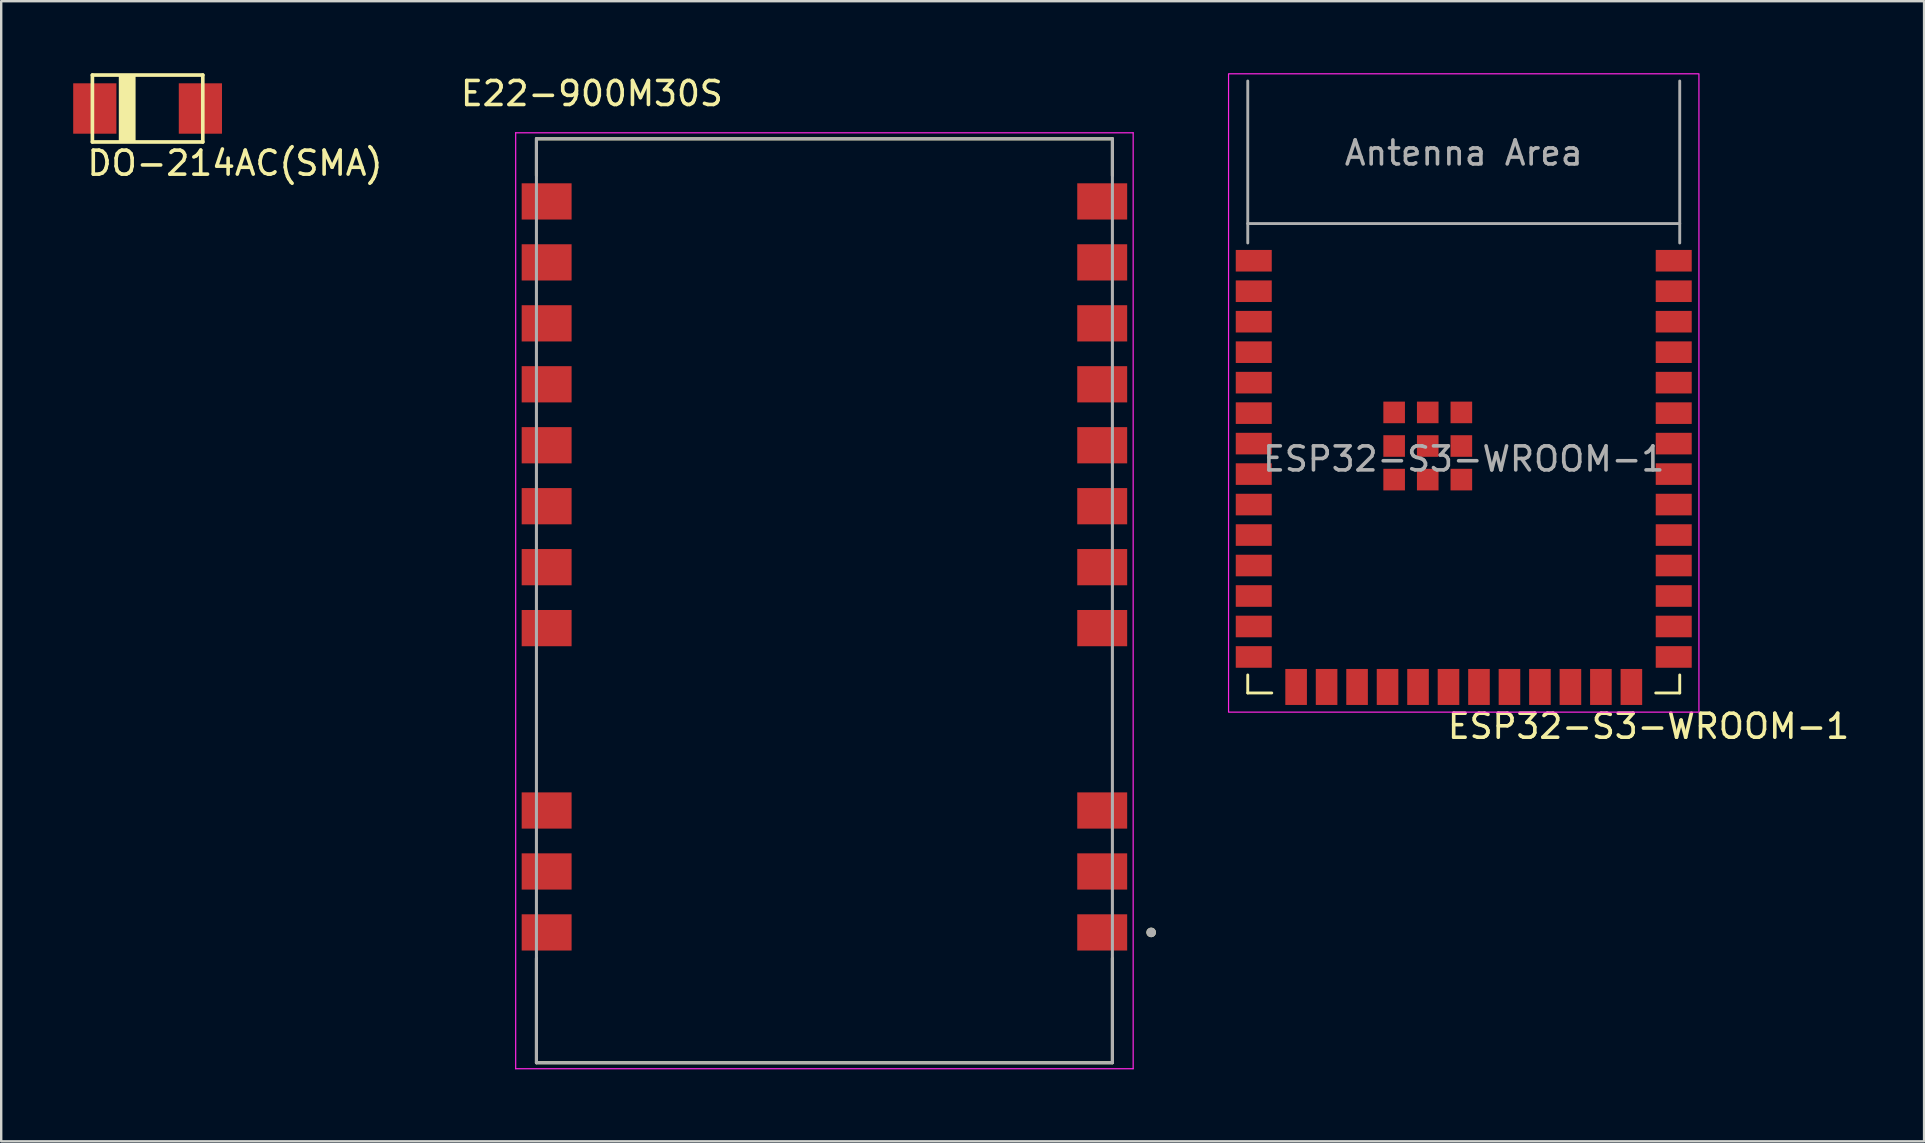
<source format=kicad_pcb>
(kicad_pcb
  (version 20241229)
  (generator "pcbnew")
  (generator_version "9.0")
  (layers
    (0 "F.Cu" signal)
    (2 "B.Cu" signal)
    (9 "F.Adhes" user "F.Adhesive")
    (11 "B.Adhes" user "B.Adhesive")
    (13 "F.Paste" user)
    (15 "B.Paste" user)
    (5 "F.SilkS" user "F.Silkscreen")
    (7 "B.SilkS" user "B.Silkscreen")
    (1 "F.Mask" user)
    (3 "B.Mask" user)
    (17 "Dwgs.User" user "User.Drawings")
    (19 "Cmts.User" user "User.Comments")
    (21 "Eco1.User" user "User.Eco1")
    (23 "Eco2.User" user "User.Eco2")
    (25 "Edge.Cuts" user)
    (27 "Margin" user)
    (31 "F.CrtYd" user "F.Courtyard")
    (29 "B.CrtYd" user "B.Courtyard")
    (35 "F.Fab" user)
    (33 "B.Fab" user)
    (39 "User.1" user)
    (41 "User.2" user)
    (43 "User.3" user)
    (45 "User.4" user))
  (footprint "ESP32-S3-WROOM-1"
    (layer "F.Cu")
    (at 57.943 16.075)
    (property "Reference" "ESP32-S3-WROOM-1" (at 7.7 11.14 0) (layer "F.SilkS") (effects (font (size 1 1) (thickness 0.15))))
    (attr smd)
    (fp_line (start -9 -15.75) (end 9 -15.75) (stroke (width 0.12) (type solid)) (layer "F.Mask"))
    (fp_line (start -9 9) (end -9 9.75) (stroke (width 0.12) (type solid)) (layer "F.SilkS"))
    (fp_line (start -9 9.75) (end -8 9.75) (stroke (width 0.12) (type solid)) (layer "F.SilkS"))
    (fp_line (start 9 9) (end 9 9.75) (stroke (width 0.12) (type solid)) (layer "F.SilkS"))
    (fp_line (start 9 9.75) (end 8 9.75) (stroke (width 0.12) (type solid)) (layer "F.SilkS"))
    (fp_line (start -9 -15.75) (end 9 -15.75) (stroke (width 0.12) (type solid)) (layer "Eco2.User"))
    (fp_line (start -9 -9.81) (end 9 -9.81) (stroke (width 0.12) (type solid)) (layer "Eco2.User"))
    (fp_line (start -9 9.75) (end -9 -15.75) (stroke (width 0.12) (type solid)) (layer "Eco2.User"))
    (fp_line (start 9 -15.75) (end 9 9.75) (stroke (width 0.12) (type solid)) (layer "Eco2.User"))
    (fp_line (start 9 9.75) (end -9 9.75) (stroke (width 0.12) (type solid)) (layer "Eco2.User"))
    (fp_rect (start -9.8 -16.05) (end 9.8 10.55) (stroke (width 0.05) (type default)) (fill no) (layer "F.CrtYd"))
    (fp_line (start -9 -15.75) (end -9 -9) (stroke (width 0.12) (type solid)) (layer "F.Fab"))
    (fp_line (start 9 -15.75) (end 9 -9) (stroke (width 0.12) (type solid)) (layer "F.Fab"))
    (fp_line (start 9 -9.81) (end -9 -9.81) (stroke (width 0.12) (type solid)) (layer "F.Fab"))
    (fp_text user "Antenna Area" (at 0 -12.75 0) (layer "Eco2.User") (effects (font (size 1 1) (thickness 0.15))))
    (fp_text user "Antenna Area" (at 0 -12.75 0) (layer "F.Fab") (effects (font (size 1 1) (thickness 0.15))))
    (fp_text user "${REFERENCE}" (at 0 0 0) (layer "F.Fab") (effects (font (size 1 1) (thickness 0.15))))
    (pad "1" smd rect (at -8.75 -8.26) (size 1.5 0.9) (layers "F.Cu" "F.Mask" "F.Paste"))
    (pad "2" smd rect (at -8.75 -6.99) (size 1.5 0.9) (layers "F.Cu" "F.Mask" "F.Paste"))
    (pad "3" smd rect (at -8.75 -5.72) (size 1.5 0.9) (layers "F.Cu" "F.Mask" "F.Paste"))
    (pad "4" smd rect (at -8.75 -4.45) (size 1.5 0.9) (layers "F.Cu" "F.Mask" "F.Paste"))
    (pad "5" smd rect (at -8.75 -3.18) (size 1.5 0.9) (layers "F.Cu" "F.Mask" "F.Paste"))
    (pad "6" smd rect (at -8.75 -1.91) (size 1.5 0.9) (layers "F.Cu" "F.Mask" "F.Paste"))
    (pad "7" smd rect (at -8.75 -0.64) (size 1.5 0.9) (layers "F.Cu" "F.Mask" "F.Paste"))
    (pad "8" smd rect (at -8.75 0.63) (size 1.5 0.9) (layers "F.Cu" "F.Mask" "F.Paste"))
    (pad "9" smd rect (at -8.75 1.9) (size 1.5 0.9) (layers "F.Cu" "F.Mask" "F.Paste"))
    (pad "10" smd rect (at -8.75 3.17) (size 1.5 0.9) (layers "F.Cu" "F.Mask" "F.Paste"))
    (pad "11" smd rect (at -8.75 4.44) (size 1.5 0.9) (layers "F.Cu" "F.Mask" "F.Paste"))
    (pad "12" smd rect (at -8.75 5.71) (size 1.5 0.9) (layers "F.Cu" "F.Mask" "F.Paste"))
    (pad "13" smd rect (at -8.75 6.98) (size 1.5 0.9) (layers "F.Cu" "F.Mask" "F.Paste"))
    (pad "14" smd rect (at -8.75 8.25) (size 1.5 0.9) (layers "F.Cu" "F.Mask" "F.Paste"))
    (pad "15" smd rect (at -6.985 9.5 90) (size 1.5 0.9) (layers "F.Cu" "F.Mask" "F.Paste"))
    (pad "16" smd rect (at -5.715 9.5 90) (size 1.5 0.9) (layers "F.Cu" "F.Mask" "F.Paste"))
    (pad "17" smd rect (at -4.445 9.5 90) (size 1.5 0.9) (layers "F.Cu" "F.Mask" "F.Paste"))
    (pad "18" smd rect (at -3.175 9.5 90) (size 1.5 0.9) (layers "F.Cu" "F.Mask" "F.Paste"))
    (pad "19" smd rect (at -1.905 9.5 90) (size 1.5 0.9) (layers "F.Cu" "F.Mask" "F.Paste"))
    (pad "20" smd rect (at -0.635 9.5 90) (size 1.5 0.9) (layers "F.Cu" "F.Mask" "F.Paste"))
    (pad "21" smd rect (at 0.635 9.5 90) (size 1.5 0.9) (layers "F.Cu" "F.Mask" "F.Paste"))
    (pad "22" smd rect (at 1.905 9.5 90) (size 1.5 0.9) (layers "F.Cu" "F.Mask" "F.Paste"))
    (pad "23" smd rect (at 3.175 9.5 90) (size 1.5 0.9) (layers "F.Cu" "F.Mask" "F.Paste"))
    (pad "24" smd rect (at 4.445 9.5 90) (size 1.5 0.9) (layers "F.Cu" "F.Mask" "F.Paste"))
    (pad "25" smd rect (at 5.715 9.5 90) (size 1.5 0.9) (layers "F.Cu" "F.Mask" "F.Paste"))
    (pad "26" smd rect (at 6.985 9.5 90) (size 1.5 0.9) (layers "F.Cu" "F.Mask" "F.Paste"))
    (pad "27" smd rect (at 8.75 8.25 180) (size 1.5 0.9) (layers "F.Cu" "F.Mask" "F.Paste"))
    (pad "28" smd rect (at 8.75 6.98 180) (size 1.5 0.9) (layers "F.Cu" "F.Mask" "F.Paste"))
    (pad "29" smd rect (at 8.75 5.71 180) (size 1.5 0.9) (layers "F.Cu" "F.Mask" "F.Paste"))
    (pad "30" smd rect (at 8.75 4.44 180) (size 1.5 0.9) (layers "F.Cu" "F.Mask" "F.Paste"))
    (pad "31" smd rect (at 8.75 3.17 180) (size 1.5 0.9) (layers "F.Cu" "F.Mask" "F.Paste"))
    (pad "32" smd rect (at 8.75 1.9 180) (size 1.5 0.9) (layers "F.Cu" "F.Mask" "F.Paste"))
    (pad "33" smd rect (at 8.75 0.63 180) (size 1.5 0.9) (layers "F.Cu" "F.Mask" "F.Paste"))
    (pad "34" smd rect (at 8.75 -0.64 180) (size 1.5 0.9) (layers "F.Cu" "F.Mask" "F.Paste"))
    (pad "35" smd rect (at 8.75 -1.91 180) (size 1.5 0.9) (layers "F.Cu" "F.Mask" "F.Paste"))
    (pad "36" smd rect (at 8.75 -3.18 180) (size 1.5 0.9) (layers "F.Cu" "F.Mask" "F.Paste"))
    (pad "37" smd rect (at 8.75 -4.45 180) (size 1.5 0.9) (layers "F.Cu" "F.Mask" "F.Paste"))
    (pad "38" smd rect (at 8.75 -5.72 180) (size 1.5 0.9) (layers "F.Cu" "F.Mask" "F.Paste"))
    (pad "39" smd rect (at 8.75 -6.99 180) (size 1.5 0.9) (layers "F.Cu" "F.Mask" "F.Paste"))
    (pad "40" smd rect (at 8.75 -8.26 180) (size 1.5 0.9) (layers "F.Cu" "F.Mask" "F.Paste"))
    (pad "41" smd rect (at -2.9 -1.94 180) (size 0.9 0.9) (layers "F.Cu" "F.Mask" "F.Paste"))
    (pad "41" smd rect (at -2.9 -0.54 180) (size 0.9 0.9) (layers "F.Cu" "F.Mask" "F.Paste"))
    (pad "41" smd rect (at -2.9 0.86 180) (size 0.9 0.9) (layers "F.Cu" "F.Mask" "F.Paste"))
    (pad "41" smd rect (at -1.5 -1.94 180) (size 0.9 0.9) (layers "F.Cu" "F.Mask" "F.Paste"))
    (pad "41" smd rect (at -1.5 -0.54 180) (size 0.9 0.9) (layers "F.Cu" "F.Mask" "F.Paste"))
    (pad "41" smd rect (at -1.5 0.86 180) (size 0.9 0.9) (layers "F.Cu" "F.Mask" "F.Paste"))
    (pad "41" smd rect (at -0.1 -1.94 180) (size 0.9 0.9) (layers "F.Cu" "F.Mask" "F.Paste"))
    (pad "41" smd rect (at -0.1 -0.54 180) (size 0.9 0.9) (layers "F.Cu" "F.Mask" "F.Paste"))
    (pad "41" smd rect (at -0.1 0.86 180) (size 0.9 0.9) (layers "F.Cu" "F.Mask" "F.Paste")))
  (footprint "DO-214AC(SMA)"
    (layer "F.Cu")
    (at 3.1 1.471)
    (property "Reference" "DO-214AC(SMA)" (at -2.6 2.864 0) (unlocked yes) (layer "F.SilkS") (effects (font (size 1 1) (thickness 0.15)) (justify left bottom)))
    (fp_line (start -2.3 -1.395) (end 2.3 -1.395) (stroke (width 0.152) (type solid)) (layer "F.SilkS"))
    (fp_line (start -2.3 1.395) (end -2.3 -1.395) (stroke (width 0.152) (type solid)) (layer "F.SilkS"))
    (fp_line (start 2.3 -1.395) (end 2.3 1.395) (stroke (width 0.152) (type solid)) (layer "F.SilkS"))
    (fp_line (start 2.3 1.395) (end -2.3 1.395) (stroke (width 0.152) (type solid)) (layer "F.SilkS"))
    (fp_poly (pts (xy -1.2 1.4) (xy -0.5 1.4) (xy -0.5 -1.4) (xy -1.2 -1.4)) (stroke (width 0) (type default)) (fill yes) (layer "F.SilkS"))
    (pad "A" smd rect (at 2.2 0 90) (size 2.1 1.8) (layers "F.Cu" "F.Mask" "F.Paste"))
    (pad "K" smd rect (at -2.2 0 90) (size 2.1 1.8) (layers "F.Cu" "F.Mask" "F.Paste")))
  (footprint "E22-900M30S"
    (layer "F.Cu")
    (at 31.303 21.983)
    (property "Reference" "E22-900M30S" (at -9.69 -21.135 0) (layer "F.SilkS") (effects (font (size 1 1) (thickness 0.15))))
    (attr smd)
    (fp_line (start -12 -19.25) (end 12 -19.25) (stroke (width 0.127) (type solid)) (layer "F.SilkS"))
    (fp_line (start -12 -17.715) (end -12 -19.25) (stroke (width 0.127) (type solid)) (layer "F.SilkS"))
    (fp_line (start -12 19.25) (end -12 14.895) (stroke (width 0.127) (type solid)) (layer "F.SilkS"))
    (fp_line (start 12 -19.25) (end 12 -17.715) (stroke (width 0.127) (type solid)) (layer "F.SilkS"))
    (fp_line (start 12 19.25) (end -12 19.25) (stroke (width 0.127) (type solid)) (layer "F.SilkS"))
    (fp_line (start 12 19.25) (end 12 14.895) (stroke (width 0.127) (type solid)) (layer "F.SilkS"))
    (fp_circle (center 13.615 13.82) (end 13.715 13.82) (stroke (width 0.2) (type solid)) (fill no) (layer "F.SilkS"))
    (fp_line (start -12.865 -19.5) (end -12.865 19.5) (stroke (width 0.05) (type solid)) (layer "F.CrtYd"))
    (fp_line (start -12.865 19.5) (end 12.865 19.5) (stroke (width 0.05) (type solid)) (layer "F.CrtYd"))
    (fp_line (start 12.865 -19.5) (end -12.865 -19.5) (stroke (width 0.05) (type solid)) (layer "F.CrtYd"))
    (fp_line (start 12.865 19.5) (end 12.865 -19.5) (stroke (width 0.05) (type solid)) (layer "F.CrtYd"))
    (fp_line (start -12 -19.25) (end 12 -19.25) (stroke (width 0.127) (type solid)) (layer "F.Fab"))
    (fp_line (start -12 19.25) (end -12 -19.25) (stroke (width 0.127) (type solid)) (layer "F.Fab"))
    (fp_line (start 12 -19.25) (end 12 19.25) (stroke (width 0.127) (type solid)) (layer "F.Fab"))
    (fp_line (start 12 19.25) (end -12 19.25) (stroke (width 0.127) (type solid)) (layer "F.Fab"))
    (fp_circle (center 13.615 13.82) (end 13.715 13.82) (stroke (width 0.2) (type solid)) (fill no) (layer "F.Fab"))
    (pad "1" smd rect (at 11.575 13.82) (size 2.08 1.51) (layers "F.Cu" "F.Mask" "F.Paste"))
    (pad "2" smd rect (at 11.575 11.28) (size 2.08 1.51) (layers "F.Cu" "F.Mask" "F.Paste"))
    (pad "3" smd rect (at 11.575 8.74) (size 2.08 1.51) (layers "F.Cu" "F.Mask" "F.Paste"))
    (pad "4" smd rect (at 11.575 1.14) (size 2.08 1.51) (layers "F.Cu" "F.Mask" "F.Paste"))
    (pad "5" smd rect (at 11.575 -1.4) (size 2.08 1.51) (layers "F.Cu" "F.Mask" "F.Paste"))
    (pad "6" smd rect (at 11.575 -3.94) (size 2.08 1.51) (layers "F.Cu" "F.Mask" "F.Paste"))
    (pad "7" smd rect (at 11.575 -6.48) (size 2.08 1.51) (layers "F.Cu" "F.Mask" "F.Paste"))
    (pad "8" smd rect (at 11.575 -9.02) (size 2.08 1.51) (layers "F.Cu" "F.Mask" "F.Paste"))
    (pad "9" smd rect (at 11.575 -11.56) (size 2.08 1.51) (layers "F.Cu" "F.Mask" "F.Paste"))
    (pad "10" smd rect (at 11.575 -14.1) (size 2.08 1.51) (layers "F.Cu" "F.Mask" "F.Paste"))
    (pad "11" smd rect (at 11.575 -16.64) (size 2.08 1.51) (layers "F.Cu" "F.Mask" "F.Paste"))
    (pad "12" smd rect (at -11.575 -16.64) (size 2.08 1.51) (layers "F.Cu" "F.Mask" "F.Paste"))
    (pad "13" smd rect (at -11.575 -14.1) (size 2.08 1.51) (layers "F.Cu" "F.Mask" "F.Paste"))
    (pad "14" smd rect (at -11.575 -11.56) (size 2.08 1.51) (layers "F.Cu" "F.Mask" "F.Paste"))
    (pad "15" smd rect (at -11.575 -9.02) (size 2.08 1.51) (layers "F.Cu" "F.Mask" "F.Paste"))
    (pad "16" smd rect (at -11.575 -6.48) (size 2.08 1.51) (layers "F.Cu" "F.Mask" "F.Paste"))
    (pad "17" smd rect (at -11.575 -3.94) (size 2.08 1.51) (layers "F.Cu" "F.Mask" "F.Paste"))
    (pad "18" smd rect (at -11.575 -1.4) (size 2.08 1.51) (layers "F.Cu" "F.Mask" "F.Paste"))
    (pad "19" smd rect (at -11.575 1.14) (size 2.08 1.51) (layers "F.Cu" "F.Mask" "F.Paste"))
    (pad "20" smd rect (at -11.575 8.74) (size 2.08 1.51) (layers "F.Cu" "F.Mask" "F.Paste"))
    (pad "21" smd rect (at -11.575 11.28) (size 2.08 1.51) (layers "F.Cu" "F.Mask" "F.Paste"))
    (pad "22" smd rect (at -11.575 13.82) (size 2.08 1.51) (layers "F.Cu" "F.Mask" "F.Paste")))
  (gr_rect
    (start -3 -3)
    (end 77.125 44.508)
    (stroke (width 0.1) (type default))
    (fill no)
    (layer "Edge.Cuts")))
</source>
